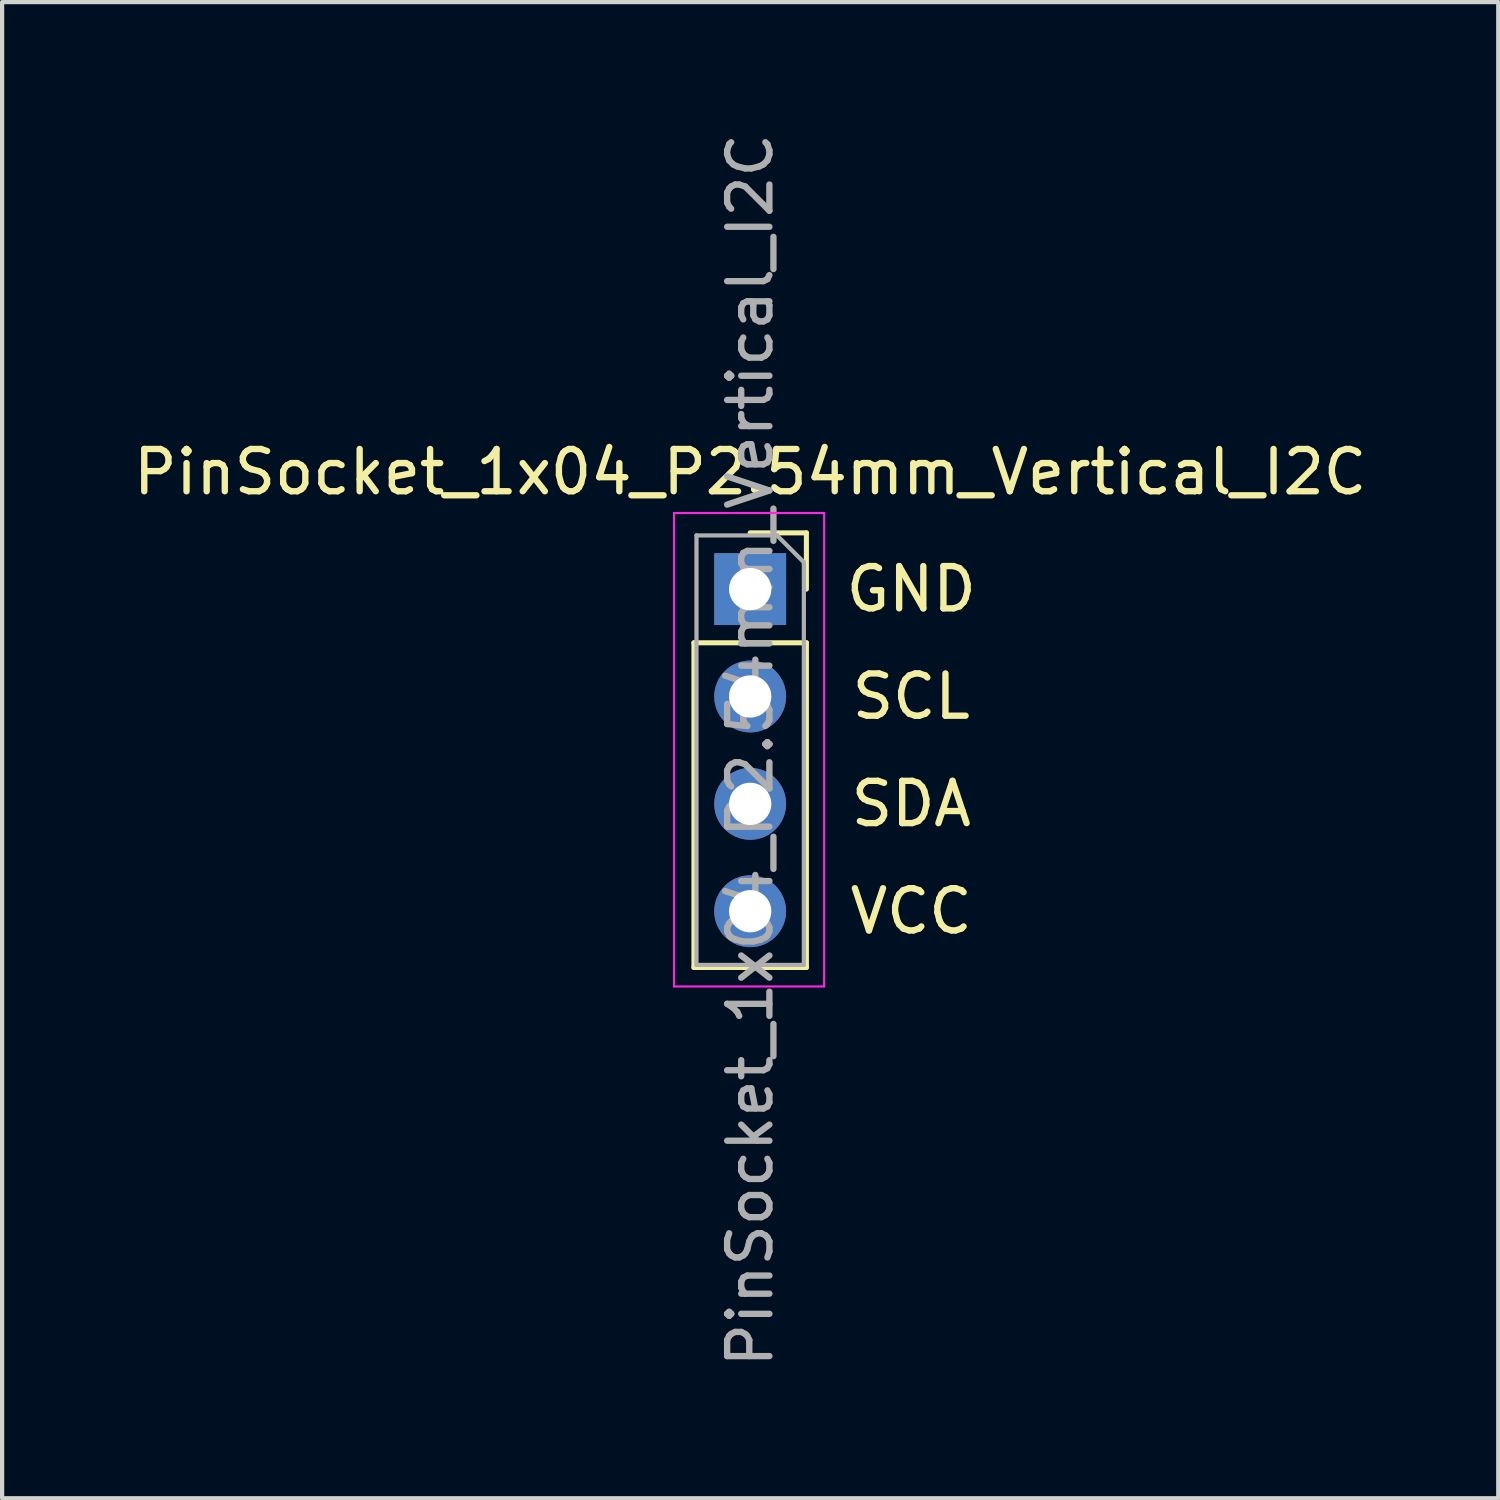
<source format=kicad_pcb>
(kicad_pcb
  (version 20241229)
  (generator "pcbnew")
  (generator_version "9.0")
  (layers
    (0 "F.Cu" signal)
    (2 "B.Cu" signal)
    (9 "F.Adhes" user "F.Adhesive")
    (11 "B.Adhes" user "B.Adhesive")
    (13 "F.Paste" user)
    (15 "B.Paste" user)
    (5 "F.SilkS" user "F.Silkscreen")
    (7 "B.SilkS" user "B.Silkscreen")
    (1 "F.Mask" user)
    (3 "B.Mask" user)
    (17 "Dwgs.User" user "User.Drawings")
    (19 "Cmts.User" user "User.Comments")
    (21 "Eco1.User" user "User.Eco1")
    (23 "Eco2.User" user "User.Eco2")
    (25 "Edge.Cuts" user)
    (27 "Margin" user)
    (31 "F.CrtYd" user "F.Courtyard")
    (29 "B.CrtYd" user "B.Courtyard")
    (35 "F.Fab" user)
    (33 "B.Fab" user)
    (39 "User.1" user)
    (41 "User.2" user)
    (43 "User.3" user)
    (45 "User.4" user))
  (footprint "PinSocket_1x04_P2.54mm_Vertical_I2C"
    (layer "F.Cu")
    (at 14.696 10.886)
    (property "Reference" "PinSocket_1x04_P2.54mm_Vertical_I2C" (at 0 -2.77 0) (layer "F.SilkS") (effects (font (size 1 1) (thickness 0.15))))
    (attr through_hole)
    (fp_line (start -1.33 1.27) (end -1.33 8.95) (stroke (width 0.12) (type solid)) (layer "F.SilkS"))
    (fp_line (start -1.33 1.27) (end 1.33 1.27) (stroke (width 0.12) (type solid)) (layer "F.SilkS"))
    (fp_line (start -1.33 8.95) (end 1.33 8.95) (stroke (width 0.12) (type solid)) (layer "F.SilkS"))
    (fp_line (start 0 -1.33) (end 1.33 -1.33) (stroke (width 0.12) (type solid)) (layer "F.SilkS"))
    (fp_line (start 1.33 -1.33) (end 1.33 0) (stroke (width 0.12) (type solid)) (layer "F.SilkS"))
    (fp_line (start 1.33 1.27) (end 1.33 8.95) (stroke (width 0.12) (type solid)) (layer "F.SilkS"))
    (fp_line (start -1.8 -1.8) (end 1.75 -1.8) (stroke (width 0.05) (type solid)) (layer "F.CrtYd"))
    (fp_line (start -1.8 9.4) (end -1.8 -1.8) (stroke (width 0.05) (type solid)) (layer "F.CrtYd"))
    (fp_line (start 1.75 -1.8) (end 1.75 9.4) (stroke (width 0.05) (type solid)) (layer "F.CrtYd"))
    (fp_line (start 1.75 9.4) (end -1.8 9.4) (stroke (width 0.05) (type solid)) (layer "F.CrtYd"))
    (fp_line (start -1.27 -1.27) (end 0.635 -1.27) (stroke (width 0.1) (type solid)) (layer "F.Fab"))
    (fp_line (start -1.27 8.89) (end -1.27 -1.27) (stroke (width 0.1) (type solid)) (layer "F.Fab"))
    (fp_line (start 0.635 -1.27) (end 1.27 -0.635) (stroke (width 0.1) (type solid)) (layer "F.Fab"))
    (fp_line (start 1.27 -0.635) (end 1.27 8.89) (stroke (width 0.1) (type solid)) (layer "F.Fab"))
    (fp_line (start 1.27 8.89) (end -1.27 8.89) (stroke (width 0.1) (type solid)) (layer "F.Fab"))
    (fp_text user "GND" (at 3.81 0 0) (unlocked yes) (layer "F.SilkS") (effects (font (size 1 1) (thickness 0.15))))
    (fp_text user "SDA" (at 3.81 5.08 0) (unlocked yes) (layer "F.SilkS") (effects (font (size 1 1) (thickness 0.15))))
    (fp_text user "VCC" (at 3.81 7.62 0) (unlocked yes) (layer "F.SilkS") (effects (font (size 1 1) (thickness 0.15))))
    (fp_text user "SCL" (at 3.81 2.54 0) (unlocked yes) (layer "F.SilkS") (effects (font (size 1 1) (thickness 0.15))))
    (fp_text user "${REFERENCE}" (at 0 3.81 90) (layer "F.Fab") (effects (font (size 1 1) (thickness 0.15))))
    (pad "1" thru_hole rect (at 0 0) (size 1.7 1.7) (drill 1) (layers "*.Cu" "*.Mask"))
    (pad "2" thru_hole oval (at 0 2.54) (size 1.7 1.7) (drill 1) (layers "*.Cu" "*.Mask"))
    (pad "3" thru_hole oval (at 0 5.08) (size 1.7 1.7) (drill 1) (layers "*.Cu" "*.Mask"))
    (pad "4" thru_hole oval (at 0 7.62) (size 1.7 1.7) (drill 1) (layers "*.Cu" "*.Mask")))
  (gr_rect
    (start -3 -3)
    (end 32.393 32.393)
    (stroke (width 0.1) (type default))
    (fill no)
    (layer "Edge.Cuts")))
</source>
